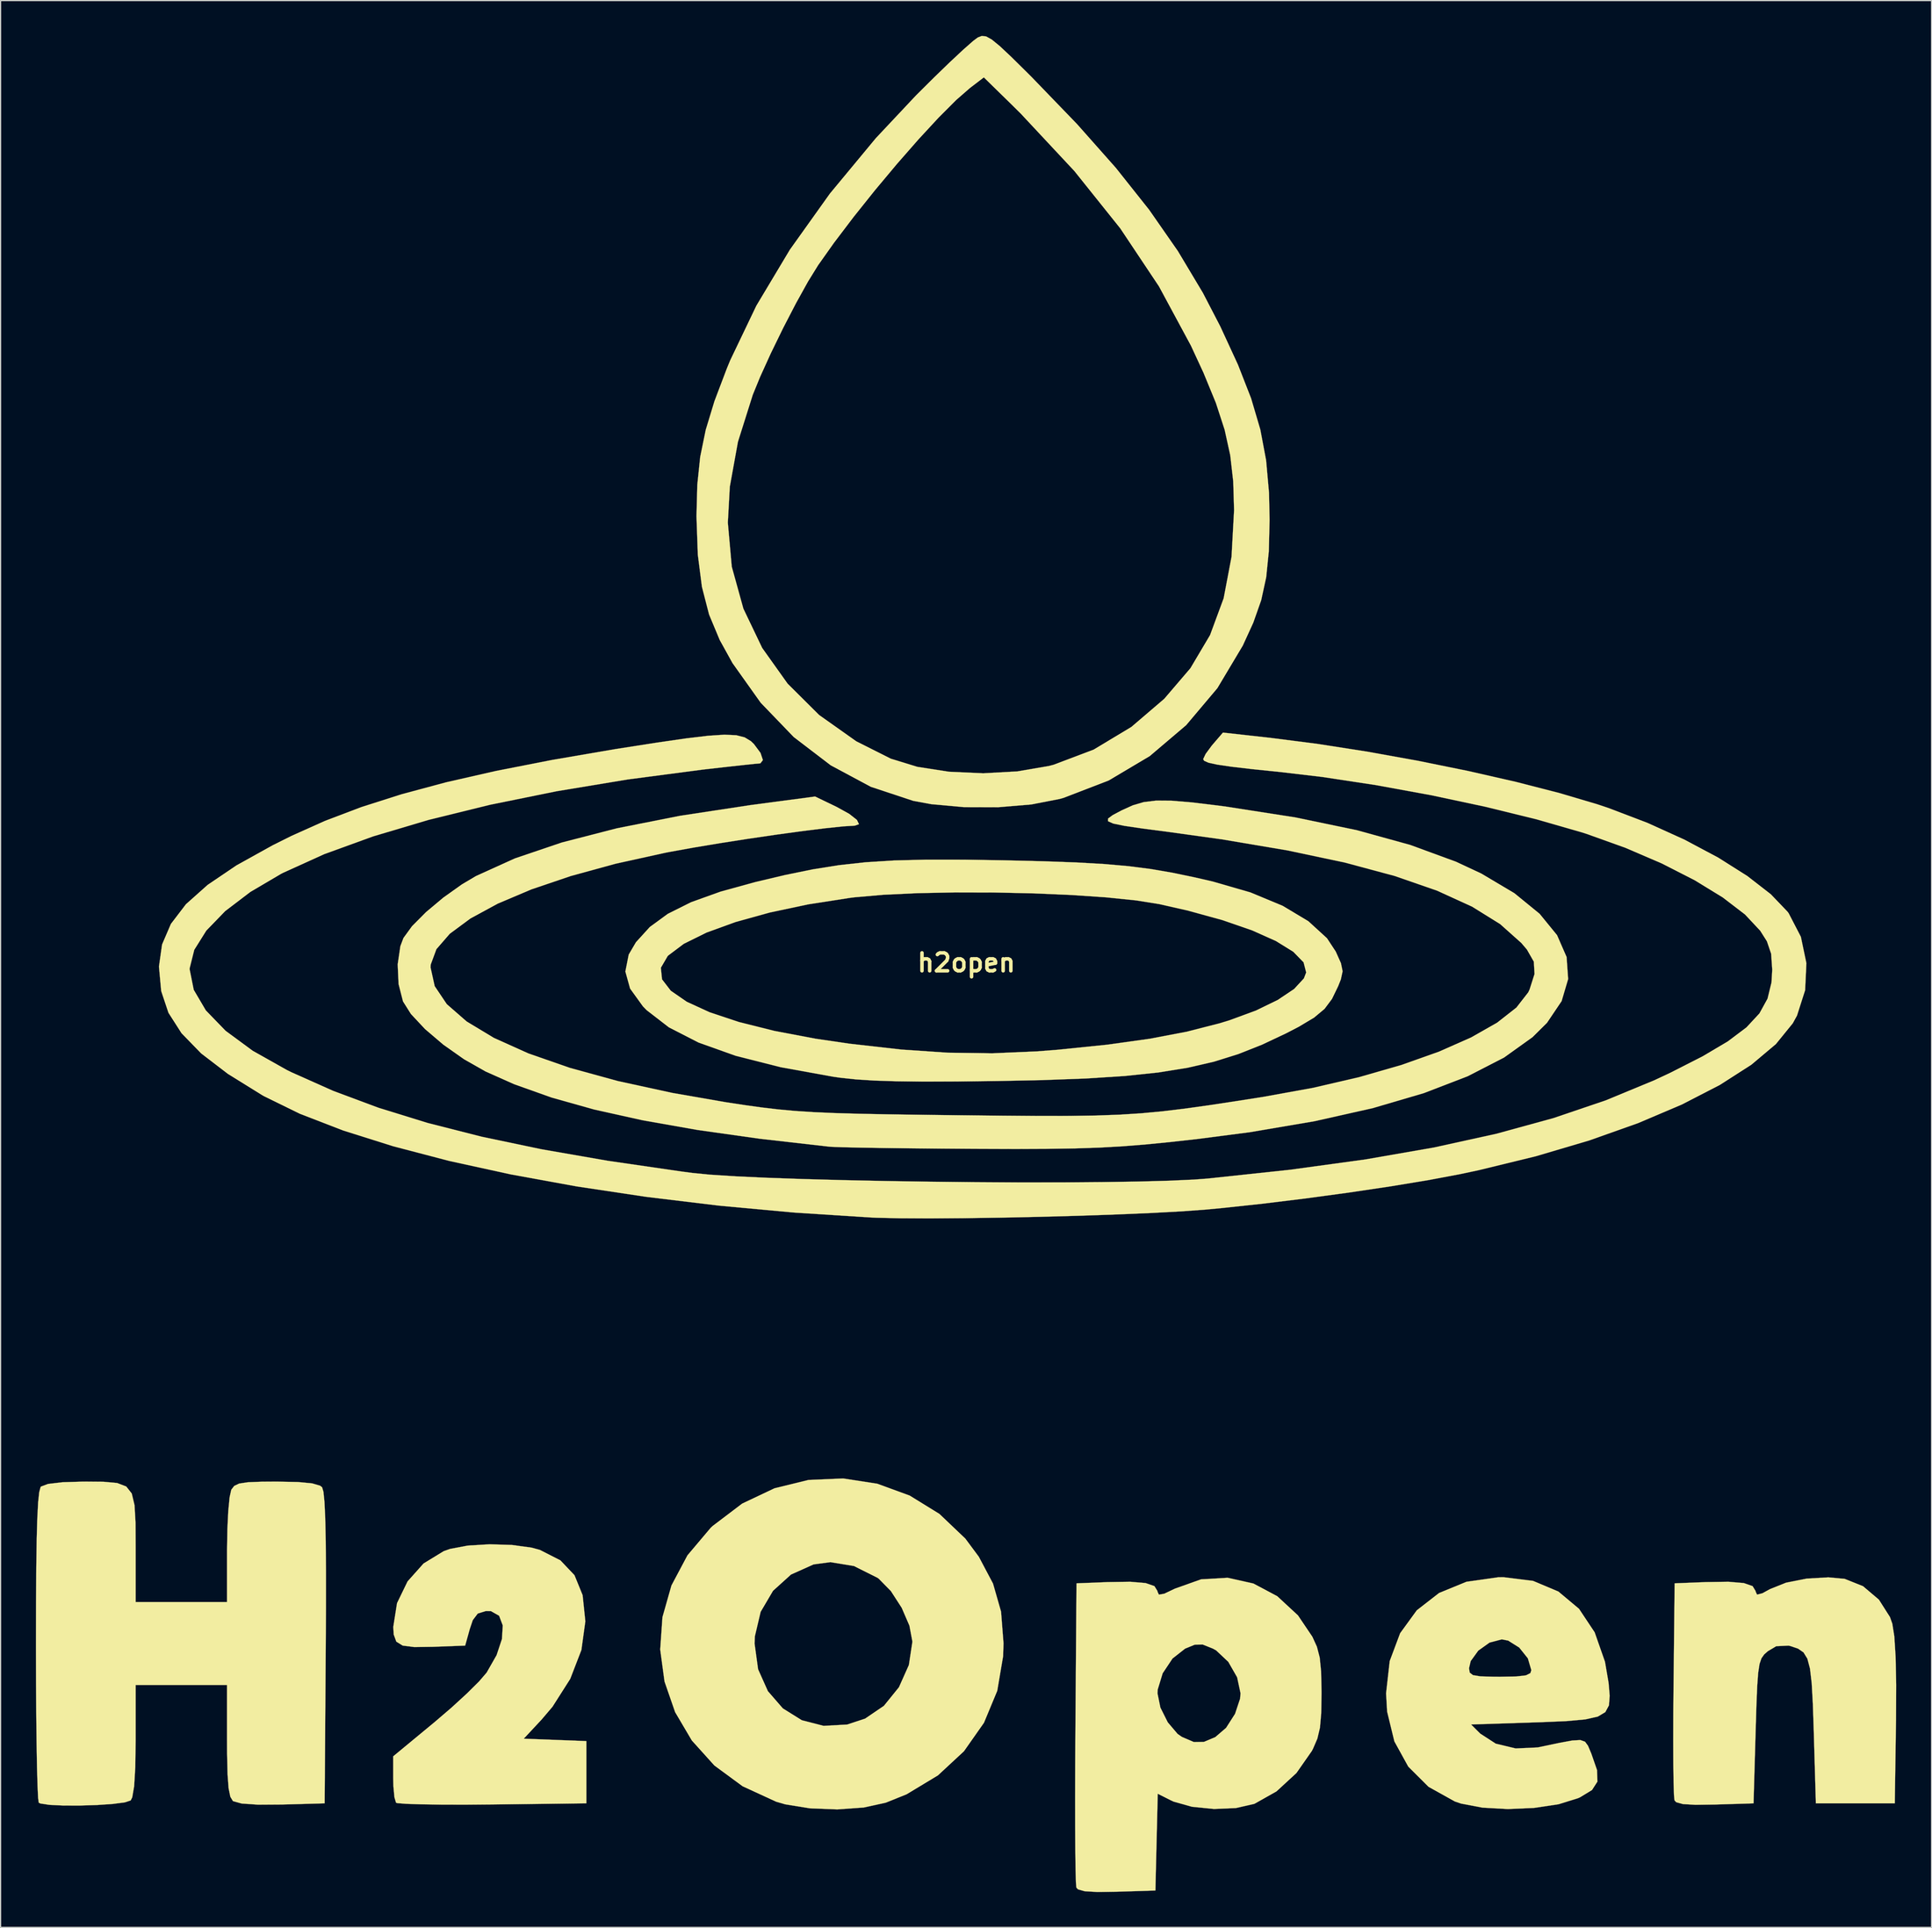
<source format=kicad_pcb>
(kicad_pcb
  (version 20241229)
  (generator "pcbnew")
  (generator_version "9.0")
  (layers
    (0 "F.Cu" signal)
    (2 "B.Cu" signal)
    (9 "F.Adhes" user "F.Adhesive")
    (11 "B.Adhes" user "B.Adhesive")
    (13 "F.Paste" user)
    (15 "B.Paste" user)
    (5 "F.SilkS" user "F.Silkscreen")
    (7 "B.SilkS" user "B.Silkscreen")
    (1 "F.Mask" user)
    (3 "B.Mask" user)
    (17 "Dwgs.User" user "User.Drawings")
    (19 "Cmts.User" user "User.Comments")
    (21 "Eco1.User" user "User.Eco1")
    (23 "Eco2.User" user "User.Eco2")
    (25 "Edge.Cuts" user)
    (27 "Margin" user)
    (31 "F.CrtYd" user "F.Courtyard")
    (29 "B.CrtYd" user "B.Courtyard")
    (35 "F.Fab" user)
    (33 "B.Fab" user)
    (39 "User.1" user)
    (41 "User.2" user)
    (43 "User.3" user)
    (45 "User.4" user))
  (footprint "h2open"
    (layer "F.Cu")
    (at 79.027 78.755)
    (property "Reference" "h2open" (at 0 0 0) (layer "F.SilkS") (effects (font (size 1.524 1.524) (thickness 0.3))))
    (attr through_hole)
    (fp_poly (pts (xy -38.598 49.48) (xy -36.934 49.706) (xy -36.225 49.9) (xy -34.483 50.788) (xy -33.287 52.048) (xy -32.595 53.745) (xy -32.367 55.941) (xy -32.367 55.992) (xy -32.698 58.402) (xy -33.648 60.861) (xy -35.156 63.23) (xy -36.079 64.315) (xy -37.595 65.943) (xy -34.937 66.044) (xy -32.279 66.146) (xy -32.279 71.438) (xy -40.24 71.532) (xy -42.542 71.549) (xy -44.604 71.545) (xy -46.324 71.52) (xy -47.596 71.478) (xy -48.319 71.42) (xy -48.442 71.385) (xy -48.578 70.921) (xy -48.666 69.995) (xy -48.683 69.292) (xy -48.683 67.441) (xy -45.162 64.529) (xy -43.733 63.304) (xy -42.427 62.106) (xy -41.386 61.072) (xy -40.754 60.336) (xy -40.744 60.323) (xy -39.902 58.845) (xy -39.447 57.475) (xy -39.376 56.321) (xy -39.688 55.494) (xy -40.382 55.102) (xy -40.825 55.098) (xy -41.5 55.307) (xy -41.924 55.867) (xy -42.178 56.621) (xy -42.571 58.032) (xy -45.332 58.136) (xy -46.891 58.156) (xy -47.877 58.031) (xy -48.417 57.696) (xy -48.64 57.086) (xy -48.676 56.444) (xy -48.358 54.426) (xy -47.463 52.578) (xy -46.103 51.053) (xy -44.389 50.005) (xy -43.856 49.817) (xy -42.348 49.533) (xy -40.499 49.422) (xy -38.598 49.48)) (stroke (width 0.01) (type solid)) (fill yes) (layer "F.SilkS"))
    (fp_poly (pts (xy 74.585 52.359) (xy 76.146 52.982) (xy 77.496 54.126) (xy 78.438 55.607) (xy 78.637 56.175) (xy 78.807 57.247) (xy 78.917 58.99) (xy 78.965 61.373) (xy 78.951 64.364) (xy 78.948 64.558) (xy 78.846 71.438) (xy 72.143 71.438) (xy 71.967 65.364) (xy 71.888 62.998) (xy 71.791 61.239) (xy 71.645 59.987) (xy 71.423 59.144) (xy 71.095 58.611) (xy 70.632 58.289) (xy 70.006 58.078) (xy 69.828 58.033) (xy 68.777 58.083) (xy 68.064 58.507) (xy 67.752 58.785) (xy 67.523 59.11) (xy 67.359 59.594) (xy 67.245 60.344) (xy 67.162 61.47) (xy 67.096 63.082) (xy 67.029 65.288) (xy 67.028 65.32) (xy 66.851 71.438) (xy 63.582 71.539) (xy 61.915 71.562) (xy 60.849 71.499) (xy 60.284 71.341) (xy 60.136 71.18) (xy 60.092 70.714) (xy 60.059 69.642) (xy 60.038 68.065) (xy 60.031 66.082) (xy 60.037 63.795) (xy 60.054 61.73) (xy 60.149 52.74) (xy 62.79 52.635) (xy 64.721 52.608) (xy 66.025 52.718) (xy 66.77 52.977) (xy 67.026 53.399) (xy 67.028 53.441) (xy 67.149 53.702) (xy 67.604 53.584) (xy 68.243 53.234) (xy 69.612 52.686) (xy 71.366 52.338) (xy 73.204 52.232) (xy 74.585 52.359)) (stroke (width 0.01) (type solid)) (fill yes) (layer "F.SilkS"))
    (fp_poly (pts (xy -7.575 44.275) (xy -4.819 45.283) (xy -2.294 46.841) (xy -0.093 48.938) (xy 1.052 50.48) (xy 2.26 52.763) (xy 2.943 55.148) (xy 3.151 57.834) (xy 3.117 58.938) (xy 2.619 61.873) (xy 1.491 64.588) (xy -0.209 67.009) (xy -2.419 69.06) (xy -5.081 70.667) (xy -6.854 71.382) (xy -8.731 71.792) (xy -10.973 71.951) (xy -13.289 71.86) (xy -15.384 71.522) (xy -16.152 71.3) (xy -19.007 69.985) (xy -21.403 68.222) (xy -23.319 66.095) (xy -24.738 63.688) (xy -25.64 61.083) (xy -26.006 58.365) (xy -25.97 57.853) (xy -17.992 57.853) (xy -17.693 60.043) (xy -16.861 61.903) (xy -15.591 63.368) (xy -13.981 64.373) (xy -12.126 64.852) (xy -10.123 64.739) (xy -8.602 64.236) (xy -7.006 63.149) (xy -5.729 61.569) (xy -4.886 59.681) (xy -4.586 57.696) (xy -4.839 56.338) (xy -5.498 54.814) (xy -6.417 53.394) (xy -7.446 52.347) (xy -7.56 52.266) (xy -9.552 51.269) (xy -11.554 50.941) (xy -12.981 51.133) (xy -14.898 51.994) (xy -16.425 53.375) (xy -17.477 55.164) (xy -17.967 57.245) (xy -17.992 57.853) (xy -25.97 57.853) (xy -25.815 55.616) (xy -25.05 52.921) (xy -23.691 50.362) (xy -21.718 48.023) (xy -21.558 47.872) (xy -19.045 45.965) (xy -16.297 44.663) (xy -13.407 43.955) (xy -10.468 43.829) (xy -7.575 44.275)) (stroke (width 0.01) (type solid)) (fill yes) (layer "F.SilkS"))
    (fp_poly (pts (xy 48.126 52.533) (xy 50.274 53.437) (xy 52.027 54.904) (xy 53.357 56.904) (xy 54.235 59.411) (xy 54.54 61.201) (xy 54.633 62.298) (xy 54.57 63.109) (xy 54.263 63.682) (xy 53.624 64.064) (xy 52.563 64.303) (xy 50.993 64.446) (xy 48.826 64.54) (xy 48.272 64.558) (xy 42.862 64.735) (xy 43.638 65.51) (xy 44.956 66.364) (xy 46.65 66.771) (xy 48.516 66.685) (xy 48.683 66.651) (xy 50.348 66.3) (xy 51.455 66.096) (xy 52.14 66.057) (xy 52.54 66.199) (xy 52.79 66.541) (xy 53.026 67.098) (xy 53.071 67.205) (xy 53.557 68.607) (xy 53.592 69.587) (xy 53.131 70.304) (xy 52.126 70.916) (xy 51.947 70.998) (xy 50.291 71.514) (xy 48.221 71.824) (xy 45.986 71.922) (xy 43.832 71.802) (xy 42.007 71.456) (xy 41.48 71.276) (xy 39.247 70.031) (xy 37.528 68.316) (xy 36.347 66.172) (xy 35.731 63.64) (xy 35.642 62.089) (xy 35.882 59.956) (xy 42.686 59.956) (xy 42.745 60.325) (xy 43.019 60.541) (xy 43.655 60.645) (xy 44.8 60.676) (xy 45.332 60.678) (xy 46.712 60.653) (xy 47.523 60.56) (xy 47.899 60.37) (xy 47.978 60.115) (xy 47.684 59.115) (xy 46.953 58.2) (xy 46.011 57.607) (xy 45.468 57.503) (xy 44.429 57.775) (xy 43.473 58.457) (xy 42.829 59.347) (xy 42.686 59.956) (xy 35.882 59.956) (xy 35.951 59.346) (xy 36.837 56.978) (xy 38.25 55.034) (xy 40.143 53.561) (xy 42.465 52.609) (xy 45.169 52.224) (xy 45.61 52.219) (xy 48.126 52.533)) (stroke (width 0.01) (type solid)) (fill yes) (layer "F.SilkS"))
    (fp_poly (pts (xy 24.376 52.757) (xy 26.4 53.834) (xy 28.159 55.465) (xy 29.381 57.279) (xy 29.769 58.131) (xy 30.006 59.048) (xy 30.125 60.238) (xy 30.16 61.906) (xy 30.161 62.089) (xy 30.133 63.792) (xy 30.027 65.003) (xy 29.807 65.933) (xy 29.437 66.794) (xy 29.337 66.986) (xy 28.027 68.861) (xy 26.335 70.42) (xy 24.471 71.471) (xy 24.445 71.481) (xy 22.89 71.836) (xy 21.027 71.915) (xy 19.161 71.729) (xy 17.6 71.291) (xy 17.385 71.191) (xy 16.25 70.621) (xy 16.15 74.733) (xy 16.051 78.846) (xy 12.782 78.947) (xy 11.108 78.97) (xy 10.038 78.906) (xy 9.475 78.745) (xy 9.338 78.593) (xy 9.3 78.146) (xy 9.27 77.075) (xy 9.249 75.464) (xy 9.236 73.396) (xy 9.233 70.951) (xy 9.24 68.214) (xy 9.256 65.439) (xy 9.28 62.089) (xy 16.228 62.089) (xy 16.475 63.301) (xy 17.101 64.552) (xy 17.934 65.535) (xy 18.303 65.792) (xy 19.315 66.227) (xy 20.17 66.215) (xy 21.137 65.809) (xy 22.054 65.021) (xy 22.815 63.832) (xy 23.244 62.542) (xy 23.283 62.089) (xy 22.993 60.725) (xy 22.243 59.413) (xy 21.212 58.441) (xy 20.935 58.287) (xy 20.07 57.941) (xy 19.401 57.951) (xy 18.576 58.287) (xy 17.503 59.13) (xy 16.667 60.386) (xy 16.247 61.764) (xy 16.228 62.089) (xy 9.28 62.089) (xy 9.349 52.74) (xy 11.99 52.635) (xy 13.918 52.608) (xy 15.22 52.718) (xy 15.966 52.976) (xy 16.226 53.397) (xy 16.228 53.447) (xy 16.349 53.702) (xy 16.801 53.623) (xy 17.706 53.193) (xy 19.929 52.401) (xy 22.185 52.267) (xy 24.376 52.757)) (stroke (width 0.01) (type solid)) (fill yes) (layer "F.SilkS"))
    (fp_poly (pts (xy -56.776 44.132) (xy -55.572 44.244) (xy -54.891 44.445) (xy -54.719 44.58) (xy -54.607 44.961) (xy -54.519 45.829) (xy -54.454 47.221) (xy -54.412 49.173) (xy -54.393 51.724) (xy -54.394 54.911) (xy -54.412 58.25) (xy -54.504 71.438) (xy -58.157 71.538) (xy -60.172 71.549) (xy -61.554 71.453) (xy -62.272 71.253) (xy -62.302 71.231) (xy -62.515 70.876) (xy -62.661 70.16) (xy -62.75 68.987) (xy -62.79 67.257) (xy -62.794 66.103) (xy -62.794 61.383) (xy -70.556 61.383) (xy -70.556 66.075) (xy -70.587 68.367) (xy -70.683 69.976) (xy -70.846 70.926) (xy -70.979 71.191) (xy -71.48 71.356) (xy -72.492 71.487) (xy -73.829 71.578) (xy -75.3 71.624) (xy -76.718 71.621) (xy -77.895 71.564) (xy -78.642 71.45) (xy -78.787 71.379) (xy -78.84 70.984) (xy -78.889 69.964) (xy -78.933 68.396) (xy -78.969 66.361) (xy -78.997 63.938) (xy -79.015 61.207) (xy -79.022 58.246) (xy -79.022 58.044) (xy -79.016 54.383) (xy -78.995 51.379) (xy -78.96 48.987) (xy -78.907 47.157) (xy -78.837 45.843) (xy -78.746 44.996) (xy -78.634 44.571) (xy -78.599 44.521) (xy -77.997 44.294) (xy -76.771 44.15) (xy -75.001 44.097) (xy -74.92 44.097) (xy -73.293 44.109) (xy -72.13 44.214) (xy -71.355 44.512) (xy -70.888 45.105) (xy -70.651 46.095) (xy -70.566 47.583) (xy -70.556 49.671) (xy -70.556 49.767) (xy -70.556 54.328) (xy -62.794 54.328) (xy -62.794 49.895) (xy -62.766 48.14) (xy -62.69 46.597) (xy -62.576 45.427) (xy -62.436 44.794) (xy -62.429 44.78) (xy -62.185 44.463) (xy -61.766 44.262) (xy -61.03 44.151) (xy -59.835 44.104) (xy -58.592 44.097) (xy -56.776 44.132)) (stroke (width 0.01) (type solid)) (fill yes) (layer "F.SilkS"))
    (fp_poly (pts (xy -0.188 -8.753) (xy 3.175 -8.7) (xy 6.55 -8.618) (xy 9.352 -8.517) (xy 11.714 -8.383) (xy 13.767 -8.202) (xy 15.645 -7.962) (xy 17.48 -7.647) (xy 19.405 -7.246) (xy 20.918 -6.897) (xy 24.132 -5.967) (xy 26.859 -4.832) (xy 29.041 -3.524) (xy 30.622 -2.078) (xy 31.366 -0.947) (xy 31.811 0.046) (xy 31.949 0.73) (xy 31.802 1.418) (xy 31.577 1.986) (xy 31.049 3.077) (xy 30.416 3.925) (xy 29.523 4.67) (xy 28.221 5.448) (xy 27.146 6.005) (xy 25.107 6.967) (xy 23.094 7.765) (xy 21.015 8.415) (xy 18.776 8.932) (xy 16.285 9.332) (xy 13.448 9.63) (xy 10.172 9.841) (xy 6.364 9.981) (xy 2.646 10.056) (xy -0.792 10.096) (xy -3.62 10.105) (xy -5.932 10.079) (xy -7.823 10.018) (xy -9.388 9.918) (xy -10.721 9.776) (xy -11.289 9.696) (xy -15.778 8.881) (xy -19.594 7.913) (xy -22.752 6.786) (xy -25.269 5.494) (xy -27.162 4.031) (xy -27.472 3.712) (xy -28.563 2.2) (xy -28.964 0.751) (xy -28.901 0.431) (xy -25.951 0.431) (xy -25.851 1.416) (xy -25.108 2.384) (xy -23.751 3.321) (xy -21.812 4.212) (xy -19.322 5.042) (xy -16.31 5.797) (xy -12.808 6.461) (xy -9.905 6.887) (xy -5.525 7.382) (xy -1.573 7.65) (xy 2.189 7.7) (xy 5.999 7.536) (xy 7.761 7.398) (xy 11.957 6.969) (xy 15.566 6.465) (xy 18.704 5.868) (xy 21.486 5.156) (xy 22.35 4.892) (xy 24.59 4.067) (xy 26.447 3.164) (xy 27.833 2.235) (xy 28.663 1.336) (xy 28.857 0.83) (xy 28.636 -0.029) (xy 27.762 -0.927) (xy 26.288 -1.84) (xy 24.264 -2.746) (xy 21.74 -3.619) (xy 18.768 -4.436) (xy 16.385 -4.976) (xy 14.415 -5.291) (xy 11.885 -5.55) (xy 8.937 -5.751) (xy 5.716 -5.889) (xy 2.364 -5.964) (xy -0.976 -5.97) (xy -4.16 -5.907) (xy -7.046 -5.77) (xy -9.49 -5.557) (xy -9.887 -5.508) (xy -13.434 -4.956) (xy -16.703 -4.262) (xy -19.611 -3.454) (xy -22.072 -2.559) (xy -24.002 -1.604) (xy -25.317 -0.616) (xy -25.376 -0.555) (xy -25.951 0.431) (xy -28.901 0.431) (xy -28.68 -0.69) (xy -28.065 -1.738) (xy -26.886 -3.034) (xy -25.355 -4.153) (xy -23.384 -5.138) (xy -20.881 -6.037) (xy -17.938 -6.848) (xy -15.376 -7.455) (xy -13.05 -7.93) (xy -10.823 -8.286) (xy -8.56 -8.534) (xy -6.124 -8.687) (xy -3.378 -8.756) (xy -0.188 -8.753)) (stroke (width 0.01) (type solid)) (fill yes) (layer "F.SilkS"))
    (fp_poly (pts (xy 1.672 -78.712) (xy 2.154 -78.444) (xy 2.842 -77.881) (xy 3.825 -76.956) (xy 5.191 -75.606) (xy 5.556 -75.241) (xy 9.392 -71.264) (xy 12.689 -67.542) (xy 15.52 -63.976) (xy 17.959 -60.469) (xy 20.079 -56.925) (xy 21.561 -54.067) (xy 23.06 -50.816) (xy 24.179 -47.952) (xy 24.962 -45.3) (xy 25.454 -42.684) (xy 25.699 -39.928) (xy 25.749 -37.637) (xy 25.683 -34.961) (xy 25.462 -32.759) (xy 25.038 -30.809) (xy 24.362 -28.889) (xy 23.472 -26.945) (xy 21.313 -23.327) (xy 18.662 -20.183) (xy 15.568 -17.554) (xy 12.083 -15.482) (xy 8.255 -14.008) (xy 7.912 -13.911) (xy 5.502 -13.443) (xy 2.7 -13.211) (xy -0.221 -13.218) (xy -2.985 -13.469) (xy -4.517 -13.752) (xy -8.116 -14.945) (xy -11.524 -16.773) (xy -14.666 -19.175) (xy -17.471 -22.09) (xy -19.865 -25.458) (xy -20.951 -27.422) (xy -21.854 -29.582) (xy -22.464 -31.948) (xy -22.812 -34.676) (xy -22.907 -37.394) (xy -20.263 -37.394) (xy -19.929 -33.651) (xy -18.941 -30.08) (xy -17.346 -26.746) (xy -15.187 -23.713) (xy -12.509 -21.047) (xy -9.356 -18.812) (xy -6.418 -17.333) (xy -4.168 -16.642) (xy -1.484 -16.226) (xy 1.418 -16.094) (xy 4.318 -16.254) (xy 7 -16.713) (xy 7.408 -16.819) (xy 10.807 -18.105) (xy 14.01 -20.032) (xy 16.804 -22.423) (xy 19.023 -25.019) (xy 20.694 -27.838) (xy 21.848 -30.964) (xy 22.517 -34.486) (xy 22.733 -38.453) (xy 22.661 -40.895) (xy 22.409 -43.114) (xy 21.933 -45.281) (xy 21.19 -47.563) (xy 20.134 -50.132) (xy 19.069 -52.433) (xy 16.352 -57.473) (xy 13.066 -62.401) (xy 9.168 -67.274) (xy 4.617 -72.149) (xy 3.777 -72.981) (xy 1.48 -75.23) (xy 0.299 -74.327) (xy -0.872 -73.305) (xy -2.357 -71.817) (xy -4.064 -69.97) (xy -5.899 -67.874) (xy -7.77 -65.636) (xy -9.583 -63.366) (xy -11.246 -61.173) (xy -12.597 -59.265) (xy -13.454 -57.877) (xy -14.476 -56.034) (xy -15.562 -53.937) (xy -16.611 -51.785) (xy -17.523 -49.777) (xy -18.147 -48.25) (xy -19.404 -44.264) (xy -20.094 -40.452) (xy -20.263 -37.394) (xy -22.907 -37.394) (xy -22.925 -37.921) (xy -22.925 -37.955) (xy -22.855 -40.613) (xy -22.608 -42.986) (xy -22.137 -45.284) (xy -21.398 -47.716) (xy -20.345 -50.493) (xy -20.061 -51.183) (xy -17.837 -55.831) (xy -14.993 -60.585) (xy -11.589 -65.359) (xy -7.686 -70.069) (xy -4.277 -73.7) (xy -2.787 -75.183) (xy -1.418 -76.509) (xy -0.265 -77.587) (xy 0.575 -78.327) (xy 0.971 -78.623) (xy 1.307 -78.75) (xy 1.672 -78.712)) (stroke (width 0.01) (type solid)) (fill yes) (layer "F.SilkS"))
    (fp_poly (pts (xy -11.012 -13.233) (xy -9.954 -12.647) (xy -9.299 -12.132) (xy -9.124 -11.77) (xy -9.476 -11.642) (xy -10.45 -11.584) (xy -11.983 -11.424) (xy -13.936 -11.181) (xy -16.172 -10.875) (xy -18.555 -10.525) (xy -20.948 -10.151) (xy -23.213 -9.773) (xy -25.213 -9.41) (xy -25.593 -9.336) (xy -29.8 -8.408) (xy -33.598 -7.365) (xy -36.945 -6.229) (xy -39.802 -5.019) (xy -42.126 -3.755) (xy -43.877 -2.459) (xy -45.014 -1.148) (xy -45.494 0.155) (xy -45.508 0.412) (xy -45.16 1.993) (xy -44.131 3.525) (xy -42.445 4.996) (xy -40.125 6.395) (xy -37.195 7.713) (xy -33.68 8.938) (xy -29.601 10.059) (xy -24.984 11.065) (xy -20.435 11.857) (xy -18.81 12.104) (xy -17.354 12.306) (xy -15.966 12.469) (xy -14.55 12.598) (xy -13.005 12.699) (xy -11.233 12.777) (xy -9.136 12.838) (xy -6.613 12.887) (xy -3.567 12.93) (xy -0.529 12.966) (xy 3.136 13.003) (xy 6.208 13.024) (xy 8.799 13.021) (xy 11.023 12.987) (xy 12.992 12.916) (xy 14.818 12.801) (xy 16.613 12.634) (xy 18.491 12.409) (xy 20.565 12.12) (xy 22.945 11.759) (xy 25.224 11.401) (xy 29.43 10.638) (xy 33.355 9.727) (xy 36.942 8.694) (xy 40.13 7.563) (xy 42.86 6.356) (xy 45.074 5.098) (xy 46.712 3.813) (xy 47.715 2.524) (xy 47.829 2.283) (xy 48.251 0.959) (xy 48.191 -0.087) (xy 47.602 -1.119) (xy 47.129 -1.675) (xy 45.33 -3.28) (xy 42.95 -4.76) (xy 39.973 -6.12) (xy 36.38 -7.366) (xy 32.153 -8.504) (xy 27.276 -9.538) (xy 21.729 -10.476) (xy 17.11 -11.119) (xy 14.946 -11.402) (xy 13.419 -11.627) (xy 12.467 -11.823) (xy 12.026 -12.021) (xy 12.032 -12.25) (xy 12.424 -12.539) (xy 13.138 -12.919) (xy 13.21 -12.955) (xy 14.133 -13.373) (xy 15.054 -13.644) (xy 16.104 -13.773) (xy 17.416 -13.765) (xy 19.123 -13.624) (xy 21.358 -13.354) (xy 22.049 -13.263) (xy 27.937 -12.345) (xy 33.15 -11.26) (xy 37.696 -10.004) (xy 41.586 -8.576) (xy 43.736 -7.57) (xy 46.537 -5.905) (xy 48.682 -4.154) (xy 50.162 -2.34) (xy 50.972 -0.485) (xy 51.104 1.39) (xy 50.552 3.262) (xy 49.308 5.11) (xy 48.078 6.329) (xy 45.66 8.061) (xy 42.575 9.649) (xy 38.848 11.085) (xy 34.502 12.362) (xy 29.564 13.472) (xy 24.057 14.408) (xy 19.572 14.99) (xy 17.215 15.251) (xy 15.146 15.454) (xy 13.224 15.606) (xy 11.308 15.714) (xy 9.256 15.783) (xy 6.928 15.819) (xy 4.183 15.829) (xy 0.88 15.819) (xy 0.714 15.819) (xy -2.078 15.801) (xy -4.692 15.777) (xy -7.032 15.748) (xy -9 15.717) (xy -10.5 15.683) (xy -11.434 15.65) (xy -11.642 15.635) (xy -17.562 14.96) (xy -22.831 14.216) (xy -27.499 13.392) (xy -31.618 12.476) (xy -35.239 11.457) (xy -38.414 10.325) (xy -40.841 9.243) (xy -42.667 8.205) (xy -44.429 6.963) (xy -45.981 5.64) (xy -47.175 4.362) (xy -47.849 3.292) (xy -48.227 1.814) (xy -48.302 0.141) (xy -48.074 -1.403) (xy -47.811 -2.099) (xy -47.079 -3.106) (xy -45.894 -4.298) (xy -44.425 -5.53) (xy -42.841 -6.657) (xy -41.65 -7.363) (xy -38.349 -8.859) (xy -34.362 -10.211) (xy -29.687 -11.418) (xy -24.322 -12.481) (xy -18.332 -13.392) (xy -12.851 -14.12) (xy -11.012 -13.233)) (stroke (width 0.01) (type solid)) (fill yes) (layer "F.SilkS"))
    (fp_poly (pts (xy 25.781 -19.11) (xy 29.782 -18.598) (xy 34.02 -17.937) (xy 38.346 -17.157) (xy 42.613 -16.289) (xy 46.671 -15.364) (xy 50.373 -14.412) (xy 53.569 -13.464) (xy 54.504 -13.152) (xy 57.838 -11.881) (xy 60.985 -10.454) (xy 63.846 -8.93) (xy 66.322 -7.365) (xy 68.315 -5.817) (xy 69.725 -4.345) (xy 69.834 -4.2) (xy 70.871 -2.196) (xy 71.339 0.045) (xy 71.231 2.339) (xy 70.54 4.498) (xy 70.18 5.153) (xy 68.749 6.916) (xy 66.666 8.67) (xy 63.985 10.39) (xy 60.76 12.053) (xy 57.045 13.633) (xy 52.894 15.107) (xy 48.359 16.449) (xy 43.496 17.636) (xy 41.908 17.973) (xy 39.216 18.48) (xy 36.005 19.01) (xy 32.462 19.538) (xy 28.771 20.039) (xy 25.12 20.486) (xy 21.693 20.853) (xy 20.229 20.99) (xy 18.239 21.134) (xy 15.717 21.27) (xy 12.797 21.394) (xy 9.611 21.504) (xy 6.292 21.595) (xy 2.974 21.665) (xy -0.212 21.711) (xy -3.131 21.73) (xy -5.652 21.719) (xy -7.641 21.674) (xy -8.114 21.653) (xy -14.624 21.235) (xy -21.001 20.647) (xy -27.181 19.901) (xy -33.102 19.012) (xy -38.701 17.99) (xy -43.915 16.849) (xy -48.68 15.601) (xy -52.934 14.259) (xy -56.614 12.836) (xy -59.658 11.344) (xy -59.805 11.26) (xy -62.721 9.45) (xy -64.989 7.712) (xy -66.656 5.998) (xy -67.769 4.259) (xy -68.375 2.446) (xy -68.39 2.369) (xy -68.577 0.329) (xy -68.313 -1.544) (xy -67.561 -3.295) (xy -66.283 -4.969) (xy -64.441 -6.611) (xy -61.996 -8.266) (xy -58.912 -9.979) (xy -57.326 -10.77) (xy -54.477 -12.048) (xy -51.385 -13.222) (xy -47.981 -14.308) (xy -44.195 -15.326) (xy -39.956 -16.292) (xy -35.194 -17.226) (xy -29.84 -18.145) (xy -26.282 -18.701) (xy -23.813 -19.059) (xy -21.935 -19.283) (xy -20.547 -19.374) (xy -19.547 -19.328) (xy -18.833 -19.146) (xy -18.304 -18.825) (xy -18.053 -18.586) (xy -17.487 -17.826) (xy -17.284 -17.218) (xy -17.498 -16.937) (xy -17.553 -16.933) (xy -17.985 -16.895) (xy -18.979 -16.79) (xy -20.393 -16.634) (xy -22.088 -16.442) (xy -22.404 -16.406) (xy -28.758 -15.57) (xy -34.799 -14.569) (xy -40.462 -13.418) (xy -45.682 -12.133) (xy -50.395 -10.73) (xy -54.538 -9.224) (xy -58.047 -7.632) (xy -58.208 -7.548) (xy -60.816 -6.011) (xy -62.949 -4.386) (xy -64.554 -2.728) (xy -65.578 -1.093) (xy -65.967 0.462) (xy -65.969 0.58) (xy -65.622 2.31) (xy -64.595 4.056) (xy -62.916 5.791) (xy -60.611 7.489) (xy -57.704 9.125) (xy -57.326 9.311) (xy -53.771 10.897) (xy -49.938 12.327) (xy -45.76 13.619) (xy -41.165 14.789) (xy -36.086 15.855) (xy -30.451 16.835) (xy -24.191 17.746) (xy -23.283 17.866) (xy -21.758 18.016) (xy -19.622 18.153) (xy -16.969 18.276) (xy -13.894 18.384) (xy -10.49 18.477) (xy -6.853 18.553) (xy -3.077 18.611) (xy 0.744 18.65) (xy 4.516 18.67) (xy 8.143 18.668) (xy 11.533 18.644) (xy 14.59 18.598) (xy 17.22 18.527) (xy 19.329 18.431) (xy 20.461 18.347) (xy 27.491 17.596) (xy 33.885 16.72) (xy 39.702 15.707) (xy 45.004 14.541) (xy 49.851 13.21) (xy 54.303 11.699) (xy 58.421 9.994) (xy 59.796 9.349) (xy 62.536 7.952) (xy 64.665 6.691) (xy 66.248 5.5) (xy 67.351 4.312) (xy 68.039 3.061) (xy 68.376 1.682) (xy 68.439 0.6) (xy 68.345 -0.763) (xy 67.986 -1.819) (xy 67.414 -2.72) (xy 66.123 -4.098) (xy 64.235 -5.545) (xy 61.849 -7.007) (xy 59.063 -8.43) (xy 55.975 -9.759) (xy 52.683 -10.941) (xy 52.283 -11.069) (xy 48.434 -12.178) (xy 44.091 -13.246) (xy 39.466 -14.232) (xy 34.771 -15.091) (xy 30.216 -15.783) (xy 26.635 -16.204) (xy 24.264 -16.448) (xy 22.515 -16.652) (xy 21.307 -16.829) (xy 20.558 -16.993) (xy 20.187 -17.158) (xy 20.108 -17.297) (xy 20.319 -17.742) (xy 20.838 -18.445) (xy 20.949 -18.577) (xy 21.789 -19.553) (xy 25.781 -19.11)) (stroke (width 0.01) (type solid)) (fill yes) (layer "F.SilkS")))
  (gr_rect
    (start -3 -3)
    (end 160.997 160.73)
    (stroke (width 0.1) (type default))
    (fill no)
    (layer "Edge.Cuts")))
</source>
